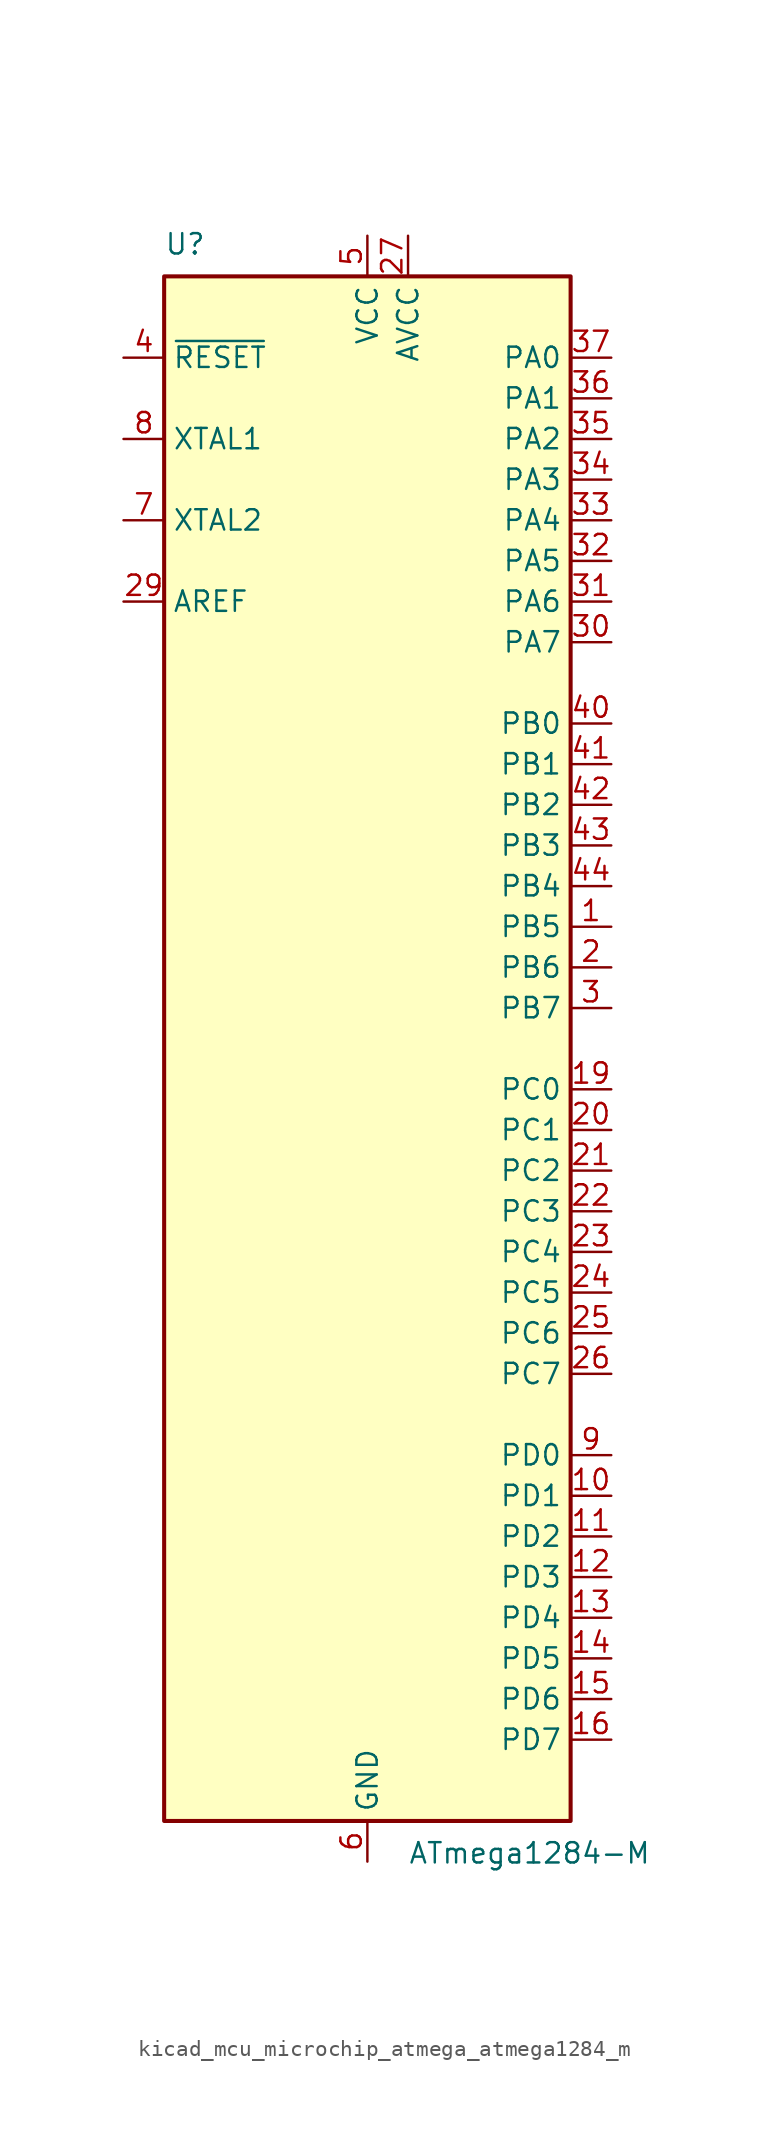
<source format=kicad_sym>
(kicad_symbol_lib
  (version 20220914)
  (generator kicad_symbol_editor)
  (symbol "kicad_mcu_microchip_atmega_atmega1284_m"
    (property "Reference" "U"
      (at -12.7 49.53 0)
      (effects (font (size 1.27 1.27)) (justify left bottom)))
    (property "Value" "ATmega1284-M"
      (at 2.54 -49.53 0)
      (effects (font (size 1.27 1.27)) (justify left top)))
    (symbol "kicad_mcu_microchip_atmega_atmega1284_m_0_1"
      (rectangle (start -12.7 -48.26) (end 12.7 48.26) (stroke (width 0.254) (type default)) (fill (type background))))
    (symbol "kicad_mcu_microchip_atmega_atmega1284_m_1_1"
      (pin bidirectional line (at 15.24 7.62 180) (length 2.54) (name "PB5" (effects (font (size 1.27 1.27)))) (number "1" (effects (font (size 1.27 1.27)))))
      (pin bidirectional line (at 15.24 -27.94 180) (length 2.54) (name "PD1" (effects (font (size 1.27 1.27)))) (number "10" (effects (font (size 1.27 1.27)))))
      (pin bidirectional line (at 15.24 -30.48 180) (length 2.54) (name "PD2" (effects (font (size 1.27 1.27)))) (number "11" (effects (font (size 1.27 1.27)))))
      (pin bidirectional line (at 15.24 -33.02 180) (length 2.54) (name "PD3" (effects (font (size 1.27 1.27)))) (number "12" (effects (font (size 1.27 1.27)))))
      (pin bidirectional line (at 15.24 -35.56 180) (length 2.54) (name "PD4" (effects (font (size 1.27 1.27)))) (number "13" (effects (font (size 1.27 1.27)))))
      (pin bidirectional line (at 15.24 -38.1 180) (length 2.54) (name "PD5" (effects (font (size 1.27 1.27)))) (number "14" (effects (font (size 1.27 1.27)))))
      (pin bidirectional line (at 15.24 -40.64 180) (length 2.54) (name "PD6" (effects (font (size 1.27 1.27)))) (number "15" (effects (font (size 1.27 1.27)))))
      (pin bidirectional line (at 15.24 -43.18 180) (length 2.54) (name "PD7" (effects (font (size 1.27 1.27)))) (number "16" (effects (font (size 1.27 1.27)))))
      (pin passive line (at 0 50.8 270) (length 2.54) hide (name "VCC" (effects (font (size 1.27 1.27)))) (number "17" (effects (font (size 1.27 1.27)))))
      (pin passive line (at 0 -50.8 90) (length 2.54) hide (name "GND" (effects (font (size 1.27 1.27)))) (number "18" (effects (font (size 1.27 1.27)))))
      (pin bidirectional line (at 15.24 -2.54 180) (length 2.54) (name "PC0" (effects (font (size 1.27 1.27)))) (number "19" (effects (font (size 1.27 1.27)))))
      (pin bidirectional line (at 15.24 5.08 180) (length 2.54) (name "PB6" (effects (font (size 1.27 1.27)))) (number "2" (effects (font (size 1.27 1.27)))))
      (pin bidirectional line (at 15.24 -5.08 180) (length 2.54) (name "PC1" (effects (font (size 1.27 1.27)))) (number "20" (effects (font (size 1.27 1.27)))))
      (pin bidirectional line (at 15.24 -7.62 180) (length 2.54) (name "PC2" (effects (font (size 1.27 1.27)))) (number "21" (effects (font (size 1.27 1.27)))))
      (pin bidirectional line (at 15.24 -10.16 180) (length 2.54) (name "PC3" (effects (font (size 1.27 1.27)))) (number "22" (effects (font (size 1.27 1.27)))))
      (pin bidirectional line (at 15.24 -12.7 180) (length 2.54) (name "PC4" (effects (font (size 1.27 1.27)))) (number "23" (effects (font (size 1.27 1.27)))))
      (pin bidirectional line (at 15.24 -15.24 180) (length 2.54) (name "PC5" (effects (font (size 1.27 1.27)))) (number "24" (effects (font (size 1.27 1.27)))))
      (pin bidirectional line (at 15.24 -17.78 180) (length 2.54) (name "PC6" (effects (font (size 1.27 1.27)))) (number "25" (effects (font (size 1.27 1.27)))))
      (pin bidirectional line (at 15.24 -20.32 180) (length 2.54) (name "PC7" (effects (font (size 1.27 1.27)))) (number "26" (effects (font (size 1.27 1.27)))))
      (pin power_in line (at 2.54 50.8 270) (length 2.54) (name "AVCC" (effects (font (size 1.27 1.27)))) (number "27" (effects (font (size 1.27 1.27)))))
      (pin passive line (at 0 -50.8 90) (length 2.54) hide (name "GND" (effects (font (size 1.27 1.27)))) (number "28" (effects (font (size 1.27 1.27)))))
      (pin passive line (at -15.24 27.94 0) (length 2.54) (name "AREF" (effects (font (size 1.27 1.27)))) (number "29" (effects (font (size 1.27 1.27)))))
      (pin bidirectional line (at 15.24 2.54 180) (length 2.54) (name "PB7" (effects (font (size 1.27 1.27)))) (number "3" (effects (font (size 1.27 1.27)))))
      (pin bidirectional line (at 15.24 25.4 180) (length 2.54) (name "PA7" (effects (font (size 1.27 1.27)))) (number "30" (effects (font (size 1.27 1.27)))))
      (pin bidirectional line (at 15.24 27.94 180) (length 2.54) (name "PA6" (effects (font (size 1.27 1.27)))) (number "31" (effects (font (size 1.27 1.27)))))
      (pin bidirectional line (at 15.24 30.48 180) (length 2.54) (name "PA5" (effects (font (size 1.27 1.27)))) (number "32" (effects (font (size 1.27 1.27)))))
      (pin bidirectional line (at 15.24 33.02 180) (length 2.54) (name "PA4" (effects (font (size 1.27 1.27)))) (number "33" (effects (font (size 1.27 1.27)))))
      (pin bidirectional line (at 15.24 35.56 180) (length 2.54) (name "PA3" (effects (font (size 1.27 1.27)))) (number "34" (effects (font (size 1.27 1.27)))))
      (pin bidirectional line (at 15.24 38.1 180) (length 2.54) (name "PA2" (effects (font (size 1.27 1.27)))) (number "35" (effects (font (size 1.27 1.27)))))
      (pin bidirectional line (at 15.24 40.64 180) (length 2.54) (name "PA1" (effects (font (size 1.27 1.27)))) (number "36" (effects (font (size 1.27 1.27)))))
      (pin bidirectional line (at 15.24 43.18 180) (length 2.54) (name "PA0" (effects (font (size 1.27 1.27)))) (number "37" (effects (font (size 1.27 1.27)))))
      (pin passive line (at 0 50.8 270) (length 2.54) hide (name "VCC" (effects (font (size 1.27 1.27)))) (number "38" (effects (font (size 1.27 1.27)))))
      (pin passive line (at 0 -50.8 90) (length 2.54) hide (name "GND" (effects (font (size 1.27 1.27)))) (number "39" (effects (font (size 1.27 1.27)))))
      (pin input line (at -15.24 43.18 0) (length 2.54) (name "~{RESET}" (effects (font (size 1.27 1.27)))) (number "4" (effects (font (size 1.27 1.27)))))
      (pin bidirectional line (at 15.24 20.32 180) (length 2.54) (name "PB0" (effects (font (size 1.27 1.27)))) (number "40" (effects (font (size 1.27 1.27)))))
      (pin bidirectional line (at 15.24 17.78 180) (length 2.54) (name "PB1" (effects (font (size 1.27 1.27)))) (number "41" (effects (font (size 1.27 1.27)))))
      (pin bidirectional line (at 15.24 15.24 180) (length 2.54) (name "PB2" (effects (font (size 1.27 1.27)))) (number "42" (effects (font (size 1.27 1.27)))))
      (pin bidirectional line (at 15.24 12.7 180) (length 2.54) (name "PB3" (effects (font (size 1.27 1.27)))) (number "43" (effects (font (size 1.27 1.27)))))
      (pin bidirectional line (at 15.24 10.16 180) (length 2.54) (name "PB4" (effects (font (size 1.27 1.27)))) (number "44" (effects (font (size 1.27 1.27)))))
      (pin passive line (at 0 -50.8 90) (length 2.54) hide (name "GND" (effects (font (size 1.27 1.27)))) (number "45" (effects (font (size 1.27 1.27)))))
      (pin power_in line (at 0 50.8 270) (length 2.54) (name "VCC" (effects (font (size 1.27 1.27)))) (number "5" (effects (font (size 1.27 1.27)))))
      (pin power_in line (at 0 -50.8 90) (length 2.54) (name "GND" (effects (font (size 1.27 1.27)))) (number "6" (effects (font (size 1.27 1.27)))))
      (pin output line (at -15.24 33.02 0) (length 2.54) (name "XTAL2" (effects (font (size 1.27 1.27)))) (number "7" (effects (font (size 1.27 1.27)))))
      (pin input line (at -15.24 38.1 0) (length 2.54) (name "XTAL1" (effects (font (size 1.27 1.27)))) (number "8" (effects (font (size 1.27 1.27)))))
      (pin bidirectional line (at 15.24 -25.4 180) (length 2.54) (name "PD0" (effects (font (size 1.27 1.27)))) (number "9" (effects (font (size 1.27 1.27))))))))
</source>
